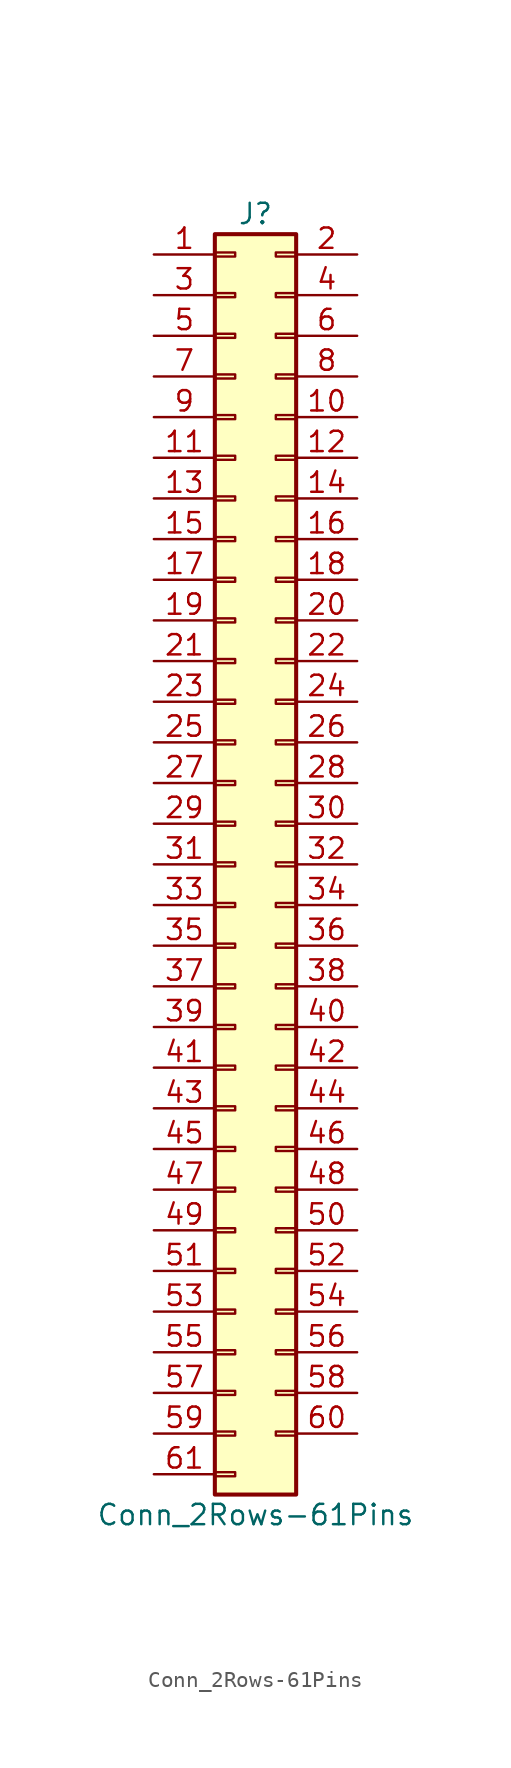
<source format=kicad_sym>
(kicad_symbol_lib
  (version 20200908)
  (generator kicad_symbol_editor)
  (symbol "Connector_Generic:Conn_2Rows-61Pins"
    (pin_names
      (offset 1.016) hide)
    (property "Reference" "J"
      (at 1.27 40.64 0)
      (effects (font (size 1.27 1.27))))
    (property "Value" "Conn_2Rows-61Pins"
      (at 1.27 -40.64 0)
      (effects (font (size 1.27 1.27))))
    (symbol "Conn_2Rows-61Pins_1_1"
      (rectangle (start -1.27 -27.813) (end 0 -28.067) (stroke (width 0.152)) (fill (type none)))
      (rectangle (start -1.27 -30.353) (end 0 -30.607) (stroke (width 0.152)) (fill (type none)))
      (rectangle (start -1.27 -32.893) (end 0 -33.147) (stroke (width 0.152)) (fill (type none)))
      (rectangle (start -1.27 -35.433) (end 0 -35.687) (stroke (width 0.152)) (fill (type none)))
      (rectangle (start -1.27 -37.973) (end 0 -38.227) (stroke (width 0.152)) (fill (type none)))
      (rectangle (start -1.27 -4.953) (end 0 -5.207) (stroke (width 0.152)) (fill (type none)))
      (rectangle (start -1.27 -7.493) (end 0 -7.747) (stroke (width 0.152)) (fill (type none)))
      (rectangle (start -1.27 -10.033) (end 0 -10.287) (stroke (width 0.152)) (fill (type none)))
      (rectangle (start -1.27 -12.573) (end 0 -12.827) (stroke (width 0.152)) (fill (type none)))
      (rectangle (start -1.27 -15.113) (end 0 -15.367) (stroke (width 0.152)) (fill (type none)))
      (rectangle (start -1.27 -17.653) (end 0 -17.907) (stroke (width 0.152)) (fill (type none)))
      (rectangle (start -1.27 -20.193) (end 0 -20.447) (stroke (width 0.152)) (fill (type none)))
      (rectangle (start -1.27 -22.733) (end 0 -22.987) (stroke (width 0.152)) (fill (type none)))
      (rectangle (start -1.27 -2.413) (end 0 -2.667) (stroke (width 0.152)) (fill (type none)))
      (rectangle (start -1.27 -25.273) (end 0 -25.527) (stroke (width 0.152)) (fill (type none)))
      (rectangle (start -1.27 25.527) (end 0 25.273) (stroke (width 0.152)) (fill (type none)))
      (rectangle (start -1.27 2.667) (end 0 2.413) (stroke (width 0.152)) (fill (type none)))
      (rectangle (start -1.27 28.067) (end 0 27.813) (stroke (width 0.152)) (fill (type none)))
      (rectangle (start -1.27 30.607) (end 0 30.353) (stroke (width 0.152)) (fill (type none)))
      (rectangle (start -1.27 33.147) (end 0 32.893) (stroke (width 0.152)) (fill (type none)))
      (rectangle (start -1.27 35.687) (end 0 35.433) (stroke (width 0.152)) (fill (type none)))
      (rectangle (start -1.27 38.227) (end 0 37.973) (stroke (width 0.152)) (fill (type none)))
      (rectangle (start -1.27 39.37) (end 3.81 -39.37) (stroke (width 0.254)) (fill (type background)))
      (rectangle (start -1.27 5.207) (end 0 4.953) (stroke (width 0.152)) (fill (type none)))
      (rectangle (start -1.27 7.747) (end 0 7.493) (stroke (width 0.152)) (fill (type none)))
      (rectangle (start -1.27 10.287) (end 0 10.033) (stroke (width 0.152)) (fill (type none)))
      (rectangle (start -1.27 0.127) (end 0 -0.127) (stroke (width 0.152)) (fill (type none)))
      (rectangle (start -1.27 12.827) (end 0 12.573) (stroke (width 0.152)) (fill (type none)))
      (rectangle (start -1.27 15.367) (end 0 15.113) (stroke (width 0.152)) (fill (type none)))
      (rectangle (start -1.27 17.907) (end 0 17.653) (stroke (width 0.152)) (fill (type none)))
      (rectangle (start -1.27 20.447) (end 0 20.193) (stroke (width 0.152)) (fill (type none)))
      (rectangle (start -1.27 22.987) (end 0 22.733) (stroke (width 0.152)) (fill (type none)))
      (rectangle (start 3.81 -27.813) (end 2.54 -28.067) (stroke (width 0.152)) (fill (type none)))
      (rectangle (start 3.81 -30.353) (end 2.54 -30.607) (stroke (width 0.152)) (fill (type none)))
      (rectangle (start 3.81 -32.893) (end 2.54 -33.147) (stroke (width 0.152)) (fill (type none)))
      (rectangle (start 3.81 -35.433) (end 2.54 -35.687) (stroke (width 0.152)) (fill (type none)))
      (rectangle (start 3.81 -4.953) (end 2.54 -5.207) (stroke (width 0.152)) (fill (type none)))
      (rectangle (start 3.81 -7.493) (end 2.54 -7.747) (stroke (width 0.152)) (fill (type none)))
      (rectangle (start 3.81 -10.033) (end 2.54 -10.287) (stroke (width 0.152)) (fill (type none)))
      (rectangle (start 3.81 -12.573) (end 2.54 -12.827) (stroke (width 0.152)) (fill (type none)))
      (rectangle (start 3.81 -15.113) (end 2.54 -15.367) (stroke (width 0.152)) (fill (type none)))
      (rectangle (start 3.81 -17.653) (end 2.54 -17.907) (stroke (width 0.152)) (fill (type none)))
      (rectangle (start 3.81 -20.193) (end 2.54 -20.447) (stroke (width 0.152)) (fill (type none)))
      (rectangle (start 3.81 -22.733) (end 2.54 -22.987) (stroke (width 0.152)) (fill (type none)))
      (rectangle (start 3.81 -2.413) (end 2.54 -2.667) (stroke (width 0.152)) (fill (type none)))
      (rectangle (start 3.81 -25.273) (end 2.54 -25.527) (stroke (width 0.152)) (fill (type none)))
      (rectangle (start 3.81 25.527) (end 2.54 25.273) (stroke (width 0.152)) (fill (type none)))
      (rectangle (start 3.81 2.667) (end 2.54 2.413) (stroke (width 0.152)) (fill (type none)))
      (rectangle (start 3.81 28.067) (end 2.54 27.813) (stroke (width 0.152)) (fill (type none)))
      (rectangle (start 3.81 30.607) (end 2.54 30.353) (stroke (width 0.152)) (fill (type none)))
      (rectangle (start 3.81 33.147) (end 2.54 32.893) (stroke (width 0.152)) (fill (type none)))
      (rectangle (start 3.81 35.687) (end 2.54 35.433) (stroke (width 0.152)) (fill (type none)))
      (rectangle (start 3.81 38.227) (end 2.54 37.973) (stroke (width 0.152)) (fill (type none)))
      (rectangle (start 3.81 5.207) (end 2.54 4.953) (stroke (width 0.152)) (fill (type none)))
      (rectangle (start 3.81 7.747) (end 2.54 7.493) (stroke (width 0.152)) (fill (type none)))
      (rectangle (start 3.81 10.287) (end 2.54 10.033) (stroke (width 0.152)) (fill (type none)))
      (rectangle (start 3.81 0.127) (end 2.54 -0.127) (stroke (width 0.152)) (fill (type none)))
      (rectangle (start 3.81 12.827) (end 2.54 12.573) (stroke (width 0.152)) (fill (type none)))
      (rectangle (start 3.81 15.367) (end 2.54 15.113) (stroke (width 0.152)) (fill (type none)))
      (rectangle (start 3.81 17.907) (end 2.54 17.653) (stroke (width 0.152)) (fill (type none)))
      (rectangle (start 3.81 20.447) (end 2.54 20.193) (stroke (width 0.152)) (fill (type none)))
      (rectangle (start 3.81 22.987) (end 2.54 22.733) (stroke (width 0.152)) (fill (type none)))
      (pin passive line (at -5.08 38.1 0) (length 3.81) (name "Pin_1" (effects (font (size 1.27 1.27)))) (number "1" (effects (font (size 1.27 1.27)))))
      (pin passive line (at 7.62 27.94 180) (length 3.81) (name "Pin_10" (effects (font (size 1.27 1.27)))) (number "10" (effects (font (size 1.27 1.27)))))
      (pin passive line (at -5.08 25.4 0) (length 3.81) (name "Pin_11" (effects (font (size 1.27 1.27)))) (number "11" (effects (font (size 1.27 1.27)))))
      (pin passive line (at 7.62 25.4 180) (length 3.81) (name "Pin_12" (effects (font (size 1.27 1.27)))) (number "12" (effects (font (size 1.27 1.27)))))
      (pin passive line (at -5.08 22.86 0) (length 3.81) (name "Pin_13" (effects (font (size 1.27 1.27)))) (number "13" (effects (font (size 1.27 1.27)))))
      (pin passive line (at 7.62 22.86 180) (length 3.81) (name "Pin_14" (effects (font (size 1.27 1.27)))) (number "14" (effects (font (size 1.27 1.27)))))
      (pin passive line (at -5.08 20.32 0) (length 3.81) (name "Pin_15" (effects (font (size 1.27 1.27)))) (number "15" (effects (font (size 1.27 1.27)))))
      (pin passive line (at 7.62 20.32 180) (length 3.81) (name "Pin_16" (effects (font (size 1.27 1.27)))) (number "16" (effects (font (size 1.27 1.27)))))
      (pin passive line (at -5.08 17.78 0) (length 3.81) (name "Pin_17" (effects (font (size 1.27 1.27)))) (number "17" (effects (font (size 1.27 1.27)))))
      (pin passive line (at 7.62 17.78 180) (length 3.81) (name "Pin_18" (effects (font (size 1.27 1.27)))) (number "18" (effects (font (size 1.27 1.27)))))
      (pin passive line (at -5.08 15.24 0) (length 3.81) (name "Pin_19" (effects (font (size 1.27 1.27)))) (number "19" (effects (font (size 1.27 1.27)))))
      (pin passive line (at 7.62 38.1 180) (length 3.81) (name "Pin_2" (effects (font (size 1.27 1.27)))) (number "2" (effects (font (size 1.27 1.27)))))
      (pin passive line (at 7.62 15.24 180) (length 3.81) (name "Pin_20" (effects (font (size 1.27 1.27)))) (number "20" (effects (font (size 1.27 1.27)))))
      (pin passive line (at -5.08 12.7 0) (length 3.81) (name "Pin_21" (effects (font (size 1.27 1.27)))) (number "21" (effects (font (size 1.27 1.27)))))
      (pin passive line (at 7.62 12.7 180) (length 3.81) (name "Pin_22" (effects (font (size 1.27 1.27)))) (number "22" (effects (font (size 1.27 1.27)))))
      (pin passive line (at -5.08 10.16 0) (length 3.81) (name "Pin_23" (effects (font (size 1.27 1.27)))) (number "23" (effects (font (size 1.27 1.27)))))
      (pin passive line (at 7.62 10.16 180) (length 3.81) (name "Pin_24" (effects (font (size 1.27 1.27)))) (number "24" (effects (font (size 1.27 1.27)))))
      (pin passive line (at -5.08 7.62 0) (length 3.81) (name "Pin_25" (effects (font (size 1.27 1.27)))) (number "25" (effects (font (size 1.27 1.27)))))
      (pin passive line (at 7.62 7.62 180) (length 3.81) (name "Pin_26" (effects (font (size 1.27 1.27)))) (number "26" (effects (font (size 1.27 1.27)))))
      (pin passive line (at -5.08 5.08 0) (length 3.81) (name "Pin_27" (effects (font (size 1.27 1.27)))) (number "27" (effects (font (size 1.27 1.27)))))
      (pin passive line (at 7.62 5.08 180) (length 3.81) (name "Pin_28" (effects (font (size 1.27 1.27)))) (number "28" (effects (font (size 1.27 1.27)))))
      (pin passive line (at -5.08 2.54 0) (length 3.81) (name "Pin_29" (effects (font (size 1.27 1.27)))) (number "29" (effects (font (size 1.27 1.27)))))
      (pin passive line (at -5.08 35.56 0) (length 3.81) (name "Pin_3" (effects (font (size 1.27 1.27)))) (number "3" (effects (font (size 1.27 1.27)))))
      (pin passive line (at 7.62 2.54 180) (length 3.81) (name "Pin_30" (effects (font (size 1.27 1.27)))) (number "30" (effects (font (size 1.27 1.27)))))
      (pin passive line (at -5.08 0 0) (length 3.81) (name "Pin_31" (effects (font (size 1.27 1.27)))) (number "31" (effects (font (size 1.27 1.27)))))
      (pin passive line (at 7.62 0 180) (length 3.81) (name "Pin_32" (effects (font (size 1.27 1.27)))) (number "32" (effects (font (size 1.27 1.27)))))
      (pin passive line (at -5.08 -2.54 0) (length 3.81) (name "Pin_33" (effects (font (size 1.27 1.27)))) (number "33" (effects (font (size 1.27 1.27)))))
      (pin passive line (at 7.62 -2.54 180) (length 3.81) (name "Pin_34" (effects (font (size 1.27 1.27)))) (number "34" (effects (font (size 1.27 1.27)))))
      (pin passive line (at -5.08 -5.08 0) (length 3.81) (name "Pin_35" (effects (font (size 1.27 1.27)))) (number "35" (effects (font (size 1.27 1.27)))))
      (pin passive line (at 7.62 -5.08 180) (length 3.81) (name "Pin_36" (effects (font (size 1.27 1.27)))) (number "36" (effects (font (size 1.27 1.27)))))
      (pin passive line (at -5.08 -7.62 0) (length 3.81) (name "Pin_37" (effects (font (size 1.27 1.27)))) (number "37" (effects (font (size 1.27 1.27)))))
      (pin passive line (at 7.62 -7.62 180) (length 3.81) (name "Pin_38" (effects (font (size 1.27 1.27)))) (number "38" (effects (font (size 1.27 1.27)))))
      (pin passive line (at -5.08 -10.16 0) (length 3.81) (name "Pin_39" (effects (font (size 1.27 1.27)))) (number "39" (effects (font (size 1.27 1.27)))))
      (pin passive line (at 7.62 35.56 180) (length 3.81) (name "Pin_4" (effects (font (size 1.27 1.27)))) (number "4" (effects (font (size 1.27 1.27)))))
      (pin passive line (at 7.62 -10.16 180) (length 3.81) (name "Pin_40" (effects (font (size 1.27 1.27)))) (number "40" (effects (font (size 1.27 1.27)))))
      (pin passive line (at -5.08 -12.7 0) (length 3.81) (name "Pin_41" (effects (font (size 1.27 1.27)))) (number "41" (effects (font (size 1.27 1.27)))))
      (pin passive line (at 7.62 -12.7 180) (length 3.81) (name "Pin_42" (effects (font (size 1.27 1.27)))) (number "42" (effects (font (size 1.27 1.27)))))
      (pin passive line (at -5.08 -15.24 0) (length 3.81) (name "Pin_43" (effects (font (size 1.27 1.27)))) (number "43" (effects (font (size 1.27 1.27)))))
      (pin passive line (at 7.62 -15.24 180) (length 3.81) (name "Pin_44" (effects (font (size 1.27 1.27)))) (number "44" (effects (font (size 1.27 1.27)))))
      (pin passive line (at -5.08 -17.78 0) (length 3.81) (name "Pin_45" (effects (font (size 1.27 1.27)))) (number "45" (effects (font (size 1.27 1.27)))))
      (pin passive line (at 7.62 -17.78 180) (length 3.81) (name "Pin_46" (effects (font (size 1.27 1.27)))) (number "46" (effects (font (size 1.27 1.27)))))
      (pin passive line (at -5.08 -20.32 0) (length 3.81) (name "Pin_47" (effects (font (size 1.27 1.27)))) (number "47" (effects (font (size 1.27 1.27)))))
      (pin passive line (at 7.62 -20.32 180) (length 3.81) (name "Pin_48" (effects (font (size 1.27 1.27)))) (number "48" (effects (font (size 1.27 1.27)))))
      (pin passive line (at -5.08 -22.86 0) (length 3.81) (name "Pin_49" (effects (font (size 1.27 1.27)))) (number "49" (effects (font (size 1.27 1.27)))))
      (pin passive line (at -5.08 33.02 0) (length 3.81) (name "Pin_5" (effects (font (size 1.27 1.27)))) (number "5" (effects (font (size 1.27 1.27)))))
      (pin passive line (at 7.62 -22.86 180) (length 3.81) (name "Pin_50" (effects (font (size 1.27 1.27)))) (number "50" (effects (font (size 1.27 1.27)))))
      (pin passive line (at -5.08 -25.4 0) (length 3.81) (name "Pin_51" (effects (font (size 1.27 1.27)))) (number "51" (effects (font (size 1.27 1.27)))))
      (pin passive line (at 7.62 -25.4 180) (length 3.81) (name "Pin_52" (effects (font (size 1.27 1.27)))) (number "52" (effects (font (size 1.27 1.27)))))
      (pin passive line (at -5.08 -27.94 0) (length 3.81) (name "Pin_53" (effects (font (size 1.27 1.27)))) (number "53" (effects (font (size 1.27 1.27)))))
      (pin passive line (at 7.62 -27.94 180) (length 3.81) (name "Pin_54" (effects (font (size 1.27 1.27)))) (number "54" (effects (font (size 1.27 1.27)))))
      (pin passive line (at -5.08 -30.48 0) (length 3.81) (name "Pin_55" (effects (font (size 1.27 1.27)))) (number "55" (effects (font (size 1.27 1.27)))))
      (pin passive line (at 7.62 -30.48 180) (length 3.81) (name "Pin_56" (effects (font (size 1.27 1.27)))) (number "56" (effects (font (size 1.27 1.27)))))
      (pin passive line (at -5.08 -33.02 0) (length 3.81) (name "Pin_57" (effects (font (size 1.27 1.27)))) (number "57" (effects (font (size 1.27 1.27)))))
      (pin passive line (at 7.62 -33.02 180) (length 3.81) (name "Pin_58" (effects (font (size 1.27 1.27)))) (number "58" (effects (font (size 1.27 1.27)))))
      (pin passive line (at -5.08 -35.56 0) (length 3.81) (name "Pin_59" (effects (font (size 1.27 1.27)))) (number "59" (effects (font (size 1.27 1.27)))))
      (pin passive line (at 7.62 33.02 180) (length 3.81) (name "Pin_6" (effects (font (size 1.27 1.27)))) (number "6" (effects (font (size 1.27 1.27)))))
      (pin passive line (at 7.62 -35.56 180) (length 3.81) (name "Pin_60" (effects (font (size 1.27 1.27)))) (number "60" (effects (font (size 1.27 1.27)))))
      (pin passive line (at -5.08 -38.1 0) (length 3.81) (name "Pin_61" (effects (font (size 1.27 1.27)))) (number "61" (effects (font (size 1.27 1.27)))))
      (pin passive line (at -5.08 30.48 0) (length 3.81) (name "Pin_7" (effects (font (size 1.27 1.27)))) (number "7" (effects (font (size 1.27 1.27)))))
      (pin passive line (at 7.62 30.48 180) (length 3.81) (name "Pin_8" (effects (font (size 1.27 1.27)))) (number "8" (effects (font (size 1.27 1.27)))))
      (pin passive line (at -5.08 27.94 0) (length 3.81) (name "Pin_9" (effects (font (size 1.27 1.27)))) (number "9" (effects (font (size 1.27 1.27))))))))
</source>
